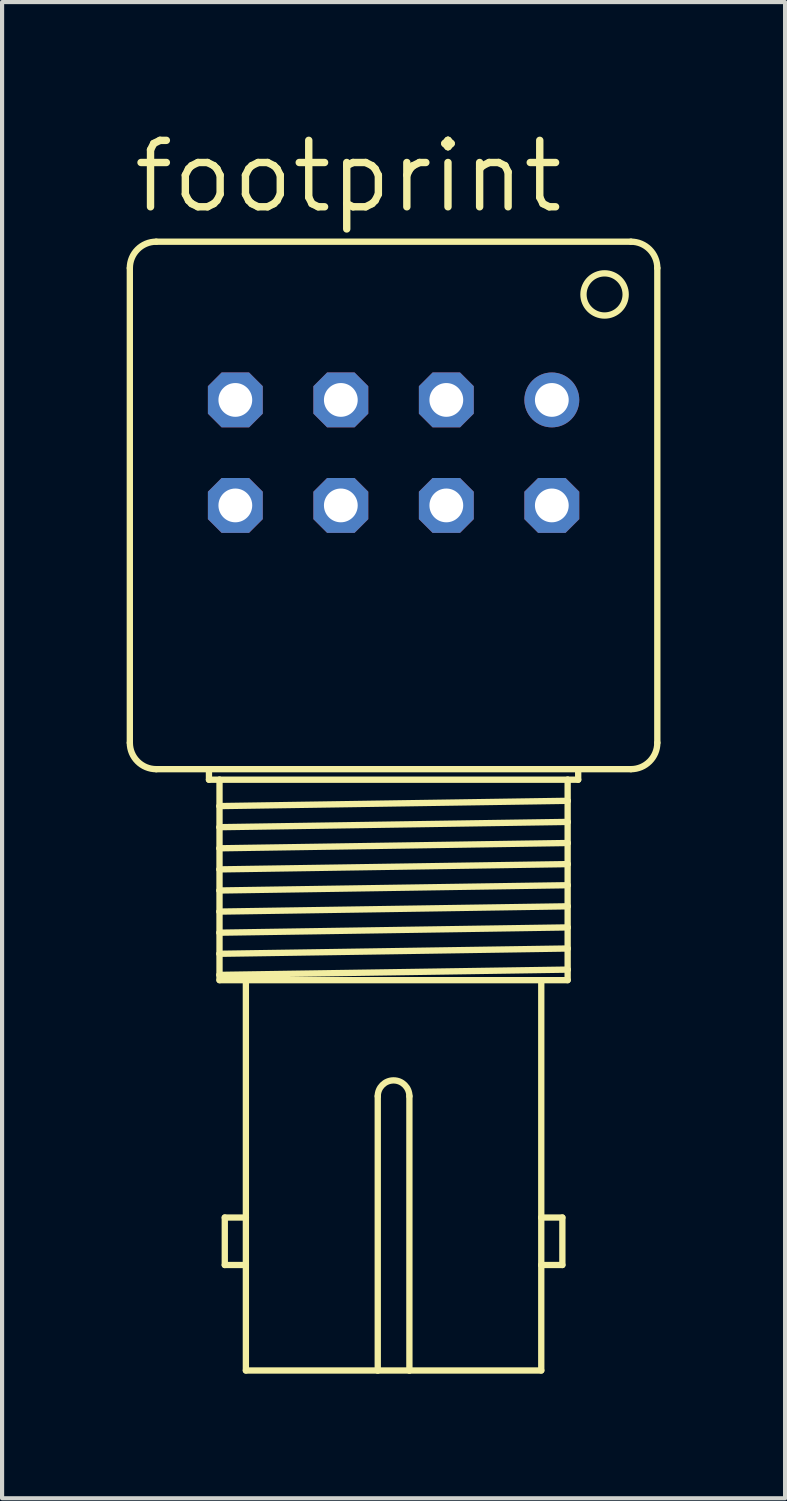
<source format=kicad_pcb>
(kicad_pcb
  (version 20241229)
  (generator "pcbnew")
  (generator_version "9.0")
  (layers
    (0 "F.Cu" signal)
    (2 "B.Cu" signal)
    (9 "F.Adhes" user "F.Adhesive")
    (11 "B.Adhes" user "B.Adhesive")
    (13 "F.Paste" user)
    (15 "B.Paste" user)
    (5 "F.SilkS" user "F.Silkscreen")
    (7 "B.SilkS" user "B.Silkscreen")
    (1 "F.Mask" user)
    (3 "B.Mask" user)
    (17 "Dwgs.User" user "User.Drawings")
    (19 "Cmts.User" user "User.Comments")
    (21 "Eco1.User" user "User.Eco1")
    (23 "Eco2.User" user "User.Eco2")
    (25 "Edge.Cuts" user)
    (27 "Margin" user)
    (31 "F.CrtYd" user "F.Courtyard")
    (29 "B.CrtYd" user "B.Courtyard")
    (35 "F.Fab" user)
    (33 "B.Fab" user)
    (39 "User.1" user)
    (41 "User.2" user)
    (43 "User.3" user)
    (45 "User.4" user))
  (footprint "footprint"
    (layer "F.Cu")
    (at 6.426 9.119)
    (property "Reference" "footprint" (at -6.35 -6.985 0) (layer "F.SilkS") (effects (font (size 1.6 1.6) (thickness 0.178)) (justify left bottom)))
    (fp_line (start -6.35 -5.715) (end -6.35 5.715) (stroke (width 0.152) (type solid)) (layer "F.SilkS"))
    (fp_line (start -5.715 -6.35) (end 5.715 -6.35) (stroke (width 0.152) (type solid)) (layer "F.SilkS"))
    (fp_line (start -4.445 6.35) (end -5.715 6.35) (stroke (width 0.152) (type solid)) (layer "F.SilkS"))
    (fp_line (start -4.445 6.604) (end -4.445 6.35) (stroke (width 0.152) (type solid)) (layer "F.SilkS"))
    (fp_line (start -4.191 6.604) (end -4.445 6.604) (stroke (width 0.152) (type solid)) (layer "F.SilkS"))
    (fp_line (start -4.191 6.604) (end -4.191 7.239) (stroke (width 0.152) (type solid)) (layer "F.SilkS"))
    (fp_line (start -4.191 7.239) (end -4.191 7.747) (stroke (width 0.152) (type solid)) (layer "F.SilkS"))
    (fp_line (start -4.191 7.747) (end -4.191 8.255) (stroke (width 0.152) (type solid)) (layer "F.SilkS"))
    (fp_line (start -4.191 8.255) (end -4.191 8.763) (stroke (width 0.152) (type solid)) (layer "F.SilkS"))
    (fp_line (start -4.191 8.763) (end -4.191 9.271) (stroke (width 0.152) (type solid)) (layer "F.SilkS"))
    (fp_line (start -4.191 9.271) (end -4.191 9.779) (stroke (width 0.152) (type solid)) (layer "F.SilkS"))
    (fp_line (start -4.191 9.779) (end -4.191 10.287) (stroke (width 0.152) (type solid)) (layer "F.SilkS"))
    (fp_line (start -4.191 10.287) (end -4.191 10.795) (stroke (width 0.152) (type solid)) (layer "F.SilkS"))
    (fp_line (start -4.191 10.795) (end -4.191 11.303) (stroke (width 0.152) (type solid)) (layer "F.SilkS"))
    (fp_line (start -4.191 11.303) (end -4.191 11.43) (stroke (width 0.152) (type solid)) (layer "F.SilkS"))
    (fp_line (start -4.191 11.43) (end -3.556 11.43) (stroke (width 0.152) (type solid)) (layer "F.SilkS"))
    (fp_line (start -4.064 17.145) (end -4.064 18.288) (stroke (width 0.152) (type solid)) (layer "F.SilkS"))
    (fp_line (start -4.064 18.288) (end -3.556 18.288) (stroke (width 0.152) (type solid)) (layer "F.SilkS"))
    (fp_line (start -3.556 11.43) (end 3.556 11.43) (stroke (width 0.152) (type solid)) (layer "F.SilkS"))
    (fp_line (start -3.556 17.145) (end -4.064 17.145) (stroke (width 0.152) (type solid)) (layer "F.SilkS"))
    (fp_line (start -3.556 17.145) (end -3.556 11.43) (stroke (width 0.152) (type solid)) (layer "F.SilkS"))
    (fp_line (start -3.556 18.288) (end -3.556 17.145) (stroke (width 0.152) (type solid)) (layer "F.SilkS"))
    (fp_line (start -3.556 20.828) (end -3.556 18.288) (stroke (width 0.152) (type solid)) (layer "F.SilkS"))
    (fp_line (start -0.381 20.828) (end -3.556 20.828) (stroke (width 0.152) (type solid)) (layer "F.SilkS"))
    (fp_line (start -0.381 20.828) (end -0.381 14.224) (stroke (width 0.152) (type solid)) (layer "F.SilkS"))
    (fp_line (start 0.381 20.828) (end -0.381 20.828) (stroke (width 0.152) (type solid)) (layer "F.SilkS"))
    (fp_line (start 0.381 20.828) (end 0.381 14.224) (stroke (width 0.152) (type solid)) (layer "F.SilkS"))
    (fp_line (start 3.556 11.43) (end 4.191 11.43) (stroke (width 0.152) (type solid)) (layer "F.SilkS"))
    (fp_line (start 3.556 17.145) (end 3.556 11.43) (stroke (width 0.152) (type solid)) (layer "F.SilkS"))
    (fp_line (start 3.556 17.145) (end 4.064 17.145) (stroke (width 0.152) (type solid)) (layer "F.SilkS"))
    (fp_line (start 3.556 18.288) (end 3.556 17.145) (stroke (width 0.152) (type solid)) (layer "F.SilkS"))
    (fp_line (start 3.556 20.828) (end 0.381 20.828) (stroke (width 0.152) (type solid)) (layer "F.SilkS"))
    (fp_line (start 3.556 20.828) (end 3.556 18.288) (stroke (width 0.152) (type solid)) (layer "F.SilkS"))
    (fp_line (start 4.064 17.145) (end 4.064 18.288) (stroke (width 0.152) (type solid)) (layer "F.SilkS"))
    (fp_line (start 4.064 18.288) (end 3.556 18.288) (stroke (width 0.152) (type solid)) (layer "F.SilkS"))
    (fp_line (start 4.191 6.604) (end -4.191 6.604) (stroke (width 0.152) (type solid)) (layer "F.SilkS"))
    (fp_line (start 4.191 6.604) (end 4.191 7.112) (stroke (width 0.152) (type solid)) (layer "F.SilkS"))
    (fp_line (start 4.191 7.112) (end -4.191 7.239) (stroke (width 0.152) (type solid)) (layer "F.SilkS"))
    (fp_line (start 4.191 7.112) (end 4.191 7.62) (stroke (width 0.152) (type solid)) (layer "F.SilkS"))
    (fp_line (start 4.191 7.62) (end -4.191 7.747) (stroke (width 0.152) (type solid)) (layer "F.SilkS"))
    (fp_line (start 4.191 7.62) (end 4.191 8.128) (stroke (width 0.152) (type solid)) (layer "F.SilkS"))
    (fp_line (start 4.191 8.128) (end -4.191 8.255) (stroke (width 0.152) (type solid)) (layer "F.SilkS"))
    (fp_line (start 4.191 8.128) (end 4.191 8.636) (stroke (width 0.152) (type solid)) (layer "F.SilkS"))
    (fp_line (start 4.191 8.636) (end -4.191 8.763) (stroke (width 0.152) (type solid)) (layer "F.SilkS"))
    (fp_line (start 4.191 8.636) (end 4.191 9.144) (stroke (width 0.152) (type solid)) (layer "F.SilkS"))
    (fp_line (start 4.191 9.144) (end -4.191 9.271) (stroke (width 0.152) (type solid)) (layer "F.SilkS"))
    (fp_line (start 4.191 9.144) (end 4.191 9.652) (stroke (width 0.152) (type solid)) (layer "F.SilkS"))
    (fp_line (start 4.191 9.652) (end -4.191 9.779) (stroke (width 0.152) (type solid)) (layer "F.SilkS"))
    (fp_line (start 4.191 9.652) (end 4.191 10.16) (stroke (width 0.152) (type solid)) (layer "F.SilkS"))
    (fp_line (start 4.191 10.16) (end -4.191 10.287) (stroke (width 0.152) (type solid)) (layer "F.SilkS"))
    (fp_line (start 4.191 10.16) (end 4.191 10.668) (stroke (width 0.152) (type solid)) (layer "F.SilkS"))
    (fp_line (start 4.191 10.668) (end -4.191 10.795) (stroke (width 0.152) (type solid)) (layer "F.SilkS"))
    (fp_line (start 4.191 10.668) (end 4.191 11.176) (stroke (width 0.152) (type solid)) (layer "F.SilkS"))
    (fp_line (start 4.191 11.176) (end -4.191 11.303) (stroke (width 0.152) (type solid)) (layer "F.SilkS"))
    (fp_line (start 4.191 11.43) (end 4.191 11.176) (stroke (width 0.152) (type solid)) (layer "F.SilkS"))
    (fp_line (start 4.445 6.35) (end -4.445 6.35) (stroke (width 0.152) (type solid)) (layer "F.SilkS"))
    (fp_line (start 4.445 6.35) (end 4.445 6.604) (stroke (width 0.152) (type solid)) (layer "F.SilkS"))
    (fp_line (start 4.445 6.604) (end 4.191 6.604) (stroke (width 0.152) (type solid)) (layer "F.SilkS"))
    (fp_line (start 5.715 6.35) (end 4.445 6.35) (stroke (width 0.152) (type solid)) (layer "F.SilkS"))
    (fp_line (start 6.35 -5.715) (end 6.35 5.715) (stroke (width 0.152) (type solid)) (layer "F.SilkS"))
    (fp_arc (start -6.35 -5.715) (mid -6.164013 -6.164013) (end -5.715 -6.35) (stroke (width 0.1524) (type solid)) (layer "F.SilkS"))
    (fp_arc (start -5.715 6.35) (mid -6.164013 6.164013) (end -6.35 5.715) (stroke (width 0.1524) (type solid)) (layer "F.SilkS"))
    (fp_arc (start -0.381 14.224) (mid 0 13.843) (end 0.381 14.224) (stroke (width 0.1524) (type solid)) (layer "F.SilkS"))
    (fp_arc (start 5.715 -6.35) (mid 6.164013 -6.164013) (end 6.35 -5.715) (stroke (width 0.1524) (type solid)) (layer "F.SilkS"))
    (fp_arc (start 6.35 5.715) (mid 6.164013 6.164013) (end 5.715 6.35) (stroke (width 0.1524) (type solid)) (layer "F.SilkS"))
    (fp_circle (center 5.08 -5.08) (end 5.588 -5.08) (stroke (width 0.152) (type solid)) (fill no) (layer "F.SilkS"))
    (pad "1" thru_hole circle (at 3.81 -2.54) (size 1.321 1.321) (drill 0.813) (layers "*.Cu" "*.Mask"))
    (pad "2" thru_hole roundrect (at 1.27 -2.54) (size 1.321 1.321) (drill 0.813) (layers "*.Cu" "*.Mask") (roundrect_rratio 0.25) (chamfer_ratio 0.25) (chamfer top_left top_right bottom_left bottom_right))
    (pad "3" thru_hole roundrect (at -1.27 -2.54) (size 1.321 1.321) (drill 0.813) (layers "*.Cu" "*.Mask") (roundrect_rratio 0.25) (chamfer_ratio 0.25) (chamfer top_left top_right bottom_left bottom_right))
    (pad "4" thru_hole roundrect (at -3.81 -2.54) (size 1.321 1.321) (drill 0.813) (layers "*.Cu" "*.Mask") (roundrect_rratio 0.25) (chamfer_ratio 0.25) (chamfer top_left top_right bottom_left bottom_right))
    (pad "5" thru_hole roundrect (at -3.81 0) (size 1.321 1.321) (drill 0.813) (layers "*.Cu" "*.Mask") (roundrect_rratio 0.25) (chamfer_ratio 0.25) (chamfer top_left top_right bottom_left bottom_right))
    (pad "6" thru_hole roundrect (at -1.27 0) (size 1.321 1.321) (drill 0.813) (layers "*.Cu" "*.Mask") (roundrect_rratio 0.25) (chamfer_ratio 0.25) (chamfer top_left top_right bottom_left bottom_right))
    (pad "7" thru_hole roundrect (at 1.27 0) (size 1.321 1.321) (drill 0.813) (layers "*.Cu" "*.Mask") (roundrect_rratio 0.25) (chamfer_ratio 0.25) (chamfer top_left top_right bottom_left bottom_right))
    (pad "8" thru_hole roundrect (at 3.81 0) (size 1.321 1.321) (drill 0.813) (layers "*.Cu" "*.Mask") (roundrect_rratio 0.25) (chamfer_ratio 0.25) (chamfer top_left top_right bottom_left bottom_right)))
  (gr_rect
    (start -3 -3)
    (end 15.852 33.023)
    (stroke (width 0.1) (type default))
    (fill no)
    (layer "Edge.Cuts")))
</source>
